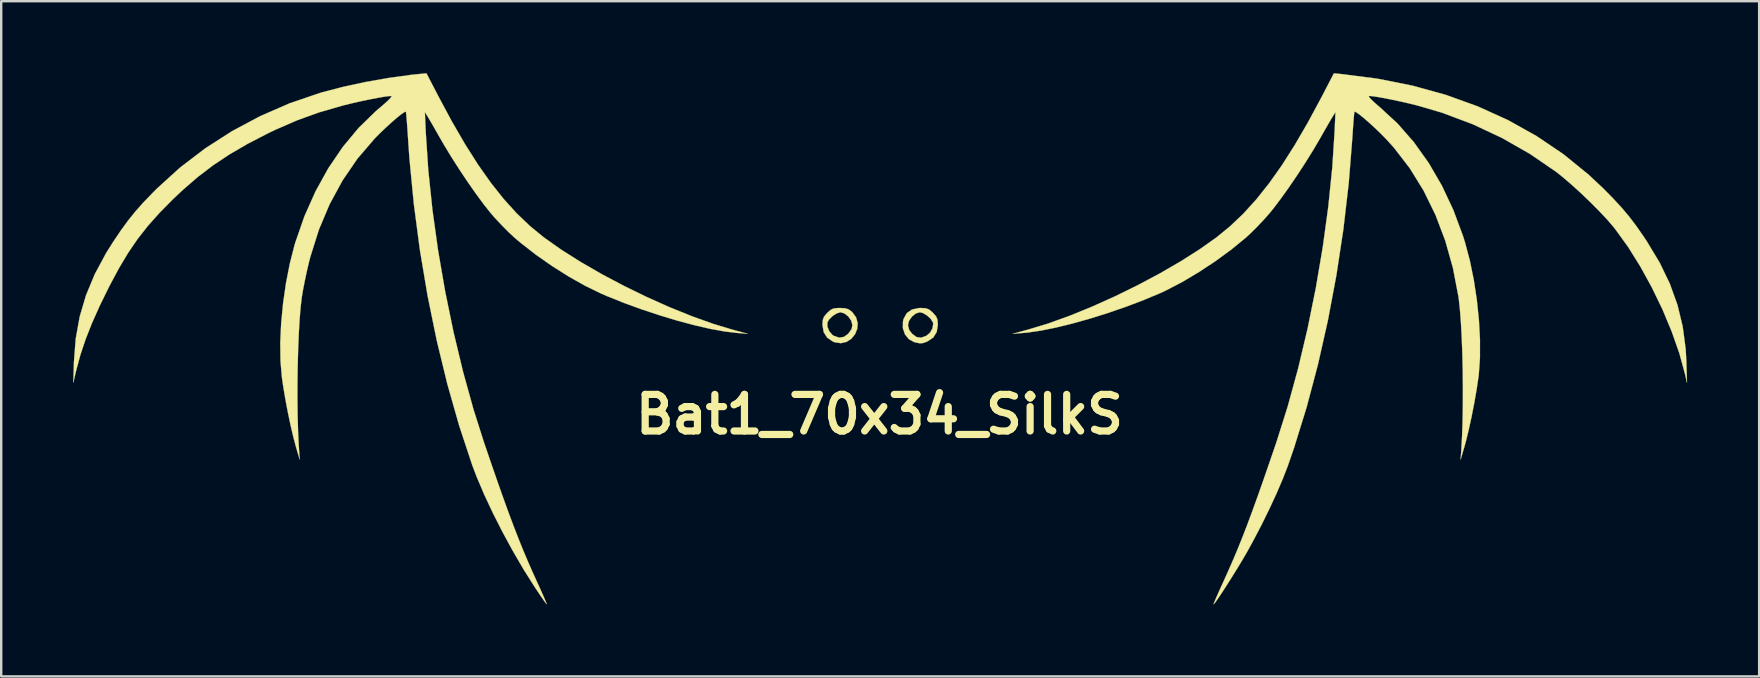
<source format=kicad_pcb>
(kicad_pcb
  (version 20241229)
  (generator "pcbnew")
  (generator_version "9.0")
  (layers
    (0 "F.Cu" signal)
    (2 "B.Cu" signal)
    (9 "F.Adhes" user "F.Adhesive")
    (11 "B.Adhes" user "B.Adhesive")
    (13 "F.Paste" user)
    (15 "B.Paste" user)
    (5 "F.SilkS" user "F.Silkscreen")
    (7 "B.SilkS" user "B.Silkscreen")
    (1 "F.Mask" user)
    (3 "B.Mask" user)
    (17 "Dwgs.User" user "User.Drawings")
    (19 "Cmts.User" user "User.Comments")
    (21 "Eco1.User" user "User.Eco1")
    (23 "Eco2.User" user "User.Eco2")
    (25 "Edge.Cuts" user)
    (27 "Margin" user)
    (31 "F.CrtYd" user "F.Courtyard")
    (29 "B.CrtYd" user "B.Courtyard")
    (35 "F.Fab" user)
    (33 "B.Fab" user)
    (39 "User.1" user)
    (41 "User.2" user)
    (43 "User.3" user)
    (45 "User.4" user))
  (footprint "Bat1_70x34_SilkS"
    (layer "F.Cu")
    (at 33.592 15.717)
    (property "Reference" "Bat1_70x34_SilkS" (at 0 -1.5 0) (layer "F.SilkS") (effects (font (size 1.524 1.524) (thickness 0.3))))
    (attr through_hole)
    (fp_poly (pts (xy -1.434 -5.924) (xy -1.291 -5.881) (xy -1.164 -5.79) (xy -1.138 -5.767) (xy -0.974 -5.547) (xy -0.907 -5.306) (xy -0.926 -5.064) (xy -1.018 -4.84) (xy -1.17 -4.654) (xy -1.371 -4.523) (xy -1.609 -4.468) (xy -1.87 -4.508) (xy -1.934 -4.533) (xy -2.177 -4.697) (xy -2.324 -4.929) (xy -2.362 -5.158) (xy -2.17 -5.158) (xy -2.093 -4.968) (xy -1.961 -4.814) (xy -1.906 -4.777) (xy -1.678 -4.699) (xy -1.476 -4.732) (xy -1.301 -4.862) (xy -1.16 -5.059) (xy -1.128 -5.222) (xy -1.176 -5.406) (xy -1.298 -5.581) (xy -1.461 -5.71) (xy -1.623 -5.757) (xy -1.781 -5.711) (xy -1.955 -5.598) (xy -2.101 -5.452) (xy -2.168 -5.334) (xy -2.17 -5.158) (xy -2.362 -5.158) (xy -2.374 -5.23) (xy -2.374 -5.236) (xy -2.362 -5.434) (xy -2.309 -5.573) (xy -2.192 -5.713) (xy -2.172 -5.733) (xy -2.038 -5.853) (xy -1.915 -5.913) (xy -1.749 -5.933) (xy -1.644 -5.935) (xy -1.434 -5.924)) (stroke (width 0.01) (type solid)) (fill yes) (layer "F.SilkS"))
    (fp_poly (pts (xy 1.92 -5.924) (xy 2.058 -5.878) (xy 2.189 -5.774) (xy 2.231 -5.733) (xy 2.358 -5.588) (xy 2.417 -5.452) (xy 2.433 -5.265) (xy 2.433 -5.236) (xy 2.386 -4.936) (xy 2.243 -4.705) (xy 2.003 -4.543) (xy 1.98 -4.533) (xy 1.821 -4.475) (xy 1.691 -4.462) (xy 1.532 -4.492) (xy 1.443 -4.516) (xy 1.221 -4.638) (xy 1.061 -4.839) (xy 0.976 -5.093) (xy 0.977 -5.222) (xy 1.187 -5.222) (xy 1.24 -5.018) (xy 1.36 -4.862) (xy 1.544 -4.725) (xy 1.731 -4.697) (xy 1.952 -4.774) (xy 1.953 -4.775) (xy 2.106 -4.904) (xy 2.209 -5.087) (xy 2.239 -5.274) (xy 2.228 -5.334) (xy 2.137 -5.482) (xy 1.982 -5.624) (xy 1.807 -5.726) (xy 1.682 -5.757) (xy 1.512 -5.705) (xy 1.35 -5.573) (xy 1.231 -5.397) (xy 1.187 -5.222) (xy 0.977 -5.222) (xy 0.979 -5.371) (xy 1.007 -5.485) (xy 1.14 -5.721) (xy 1.353 -5.87) (xy 1.647 -5.933) (xy 1.721 -5.935) (xy 1.92 -5.924)) (stroke (width 0.01) (type solid)) (fill yes) (layer "F.SilkS"))
    (fp_poly (pts (xy 19.214 -15.685) (xy 20.737 -15.491) (xy 22.197 -15.201) (xy 23.594 -14.816) (xy 24.924 -14.337) (xy 26.185 -13.765) (xy 27.375 -13.101) (xy 28.493 -12.346) (xy 29.535 -11.5) (xy 30.154 -10.92) (xy 30.572 -10.495) (xy 30.923 -10.115) (xy 31.233 -9.747) (xy 31.527 -9.361) (xy 31.83 -8.926) (xy 31.969 -8.717) (xy 32.505 -7.829) (xy 32.929 -6.951) (xy 33.248 -6.068) (xy 33.467 -5.163) (xy 33.592 -4.22) (xy 33.621 -3.679) (xy 33.647 -2.819) (xy 33.558 -3.205) (xy 33.324 -4.057) (xy 33.008 -4.955) (xy 32.625 -5.873) (xy 32.185 -6.784) (xy 31.702 -7.662) (xy 31.19 -8.482) (xy 30.659 -9.216) (xy 30.575 -9.322) (xy 30.313 -9.626) (xy 29.981 -9.979) (xy 29.604 -10.358) (xy 29.206 -10.738) (xy 28.811 -11.096) (xy 28.443 -11.41) (xy 28.189 -11.611) (xy 27.1 -12.356) (xy 25.936 -13.02) (xy 24.714 -13.593) (xy 23.453 -14.067) (xy 22.449 -14.362) (xy 22.109 -14.447) (xy 21.749 -14.53) (xy 21.392 -14.606) (xy 21.059 -14.673) (xy 20.77 -14.725) (xy 20.548 -14.758) (xy 20.412 -14.769) (xy 20.391 -14.767) (xy 20.399 -14.724) (xy 20.489 -14.622) (xy 20.647 -14.473) (xy 20.859 -14.292) (xy 21.591 -13.616) (xy 22.268 -12.842) (xy 22.884 -11.977) (xy 23.434 -11.032) (xy 23.912 -10.015) (xy 24.313 -8.936) (xy 24.398 -8.664) (xy 24.598 -7.913) (xy 24.763 -7.106) (xy 24.89 -6.27) (xy 24.977 -5.431) (xy 25.021 -4.616) (xy 25.02 -3.851) (xy 24.971 -3.162) (xy 24.958 -3.056) (xy 24.88 -2.533) (xy 24.781 -1.968) (xy 24.669 -1.396) (xy 24.55 -0.852) (xy 24.432 -0.37) (xy 24.362 -0.119) (xy 24.213 0.386) (xy 24.243 -0.03) (xy 24.274 -0.592) (xy 24.296 -1.221) (xy 24.307 -1.898) (xy 24.309 -2.601) (xy 24.302 -3.312) (xy 24.286 -4.01) (xy 24.261 -4.676) (xy 24.229 -5.289) (xy 24.188 -5.831) (xy 24.141 -6.281) (xy 24.123 -6.409) (xy 23.894 -7.603) (xy 23.573 -8.742) (xy 23.164 -9.82) (xy 22.669 -10.829) (xy 22.092 -11.763) (xy 21.435 -12.614) (xy 21.103 -12.981) (xy 20.876 -13.211) (xy 20.636 -13.442) (xy 20.398 -13.659) (xy 20.179 -13.849) (xy 19.995 -13.998) (xy 19.861 -14.091) (xy 19.794 -14.116) (xy 19.792 -14.115) (xy 19.781 -14.05) (xy 19.764 -13.887) (xy 19.745 -13.645) (xy 19.723 -13.342) (xy 19.705 -13.054) (xy 19.553 -11.141) (xy 19.33 -9.219) (xy 19.039 -7.305) (xy 18.685 -5.419) (xy 18.27 -3.579) (xy 17.799 -1.802) (xy 17.274 -0.108) (xy 17.022 0.623) (xy 16.815 1.16) (xy 16.555 1.769) (xy 16.253 2.422) (xy 15.924 3.092) (xy 15.579 3.752) (xy 15.335 4.196) (xy 15.185 4.456) (xy 15.009 4.751) (xy 14.817 5.063) (xy 14.621 5.378) (xy 14.43 5.678) (xy 14.256 5.947) (xy 14.107 6.168) (xy 13.996 6.326) (xy 13.932 6.404) (xy 13.923 6.409) (xy 13.938 6.358) (xy 13.996 6.217) (xy 14.089 6.003) (xy 14.21 5.733) (xy 14.328 5.475) (xy 14.537 5.011) (xy 14.737 4.554) (xy 14.932 4.091) (xy 15.127 3.606) (xy 15.327 3.088) (xy 15.538 2.521) (xy 15.764 1.894) (xy 16.012 1.191) (xy 16.285 0.4) (xy 16.534 -0.326) (xy 17.009 -1.829) (xy 17.445 -3.419) (xy 17.837 -5.072) (xy 18.18 -6.762) (xy 18.469 -8.463) (xy 18.7 -10.15) (xy 18.868 -11.798) (xy 18.962 -13.264) (xy 19 -14.095) (xy 18.887 -13.917) (xy 18.816 -13.799) (xy 18.702 -13.603) (xy 18.559 -13.355) (xy 18.402 -13.079) (xy 18.373 -13.026) (xy 18.087 -12.539) (xy 17.763 -12.018) (xy 17.418 -11.487) (xy 17.068 -10.972) (xy 16.729 -10.498) (xy 16.42 -10.089) (xy 16.259 -9.891) (xy 16.011 -9.609) (xy 15.725 -9.308) (xy 15.441 -9.027) (xy 15.259 -8.86) (xy 14.669 -8.376) (xy 14.013 -7.896) (xy 13.322 -7.439) (xy 12.629 -7.026) (xy 11.963 -6.678) (xy 11.676 -6.545) (xy 10.987 -6.257) (xy 10.26 -5.982) (xy 9.514 -5.725) (xy 8.769 -5.492) (xy 8.044 -5.288) (xy 7.358 -5.12) (xy 6.732 -4.993) (xy 6.184 -4.912) (xy 5.995 -4.895) (xy 5.549 -4.861) (xy 6.202 -5.037) (xy 7.033 -5.289) (xy 7.928 -5.611) (xy 8.864 -5.993) (xy 9.819 -6.423) (xy 10.77 -6.889) (xy 11.694 -7.382) (xy 12.568 -7.889) (xy 13.37 -8.4) (xy 14.036 -8.872) (xy 14.607 -9.338) (xy 15.16 -9.864) (xy 15.7 -10.457) (xy 16.232 -11.126) (xy 16.765 -11.878) (xy 17.302 -12.722) (xy 17.851 -13.665) (xy 18.417 -14.717) (xy 18.437 -14.755) (xy 18.934 -15.712) (xy 19.214 -15.685)) (stroke (width 0.01) (type solid)) (fill yes) (layer "F.SilkS"))
    (fp_poly (pts (xy -18.377 -14.755) (xy -17.81 -13.699) (xy -17.261 -12.752) (xy -16.723 -11.905) (xy -16.191 -11.15) (xy -15.658 -10.479) (xy -15.119 -9.883) (xy -14.567 -9.355) (xy -13.996 -8.887) (xy -13.976 -8.872) (xy -13.262 -8.367) (xy -12.454 -7.856) (xy -11.576 -7.349) (xy -10.649 -6.858) (xy -9.698 -6.394) (xy -8.744 -5.967) (xy -7.809 -5.589) (xy -6.918 -5.271) (xy -6.142 -5.037) (xy -5.489 -4.861) (xy -5.936 -4.895) (xy -6.448 -4.956) (xy -7.047 -5.065) (xy -7.712 -5.218) (xy -8.424 -5.408) (xy -9.163 -5.631) (xy -9.911 -5.879) (xy -10.648 -6.148) (xy -11.354 -6.431) (xy -11.617 -6.545) (xy -12.259 -6.858) (xy -12.944 -7.244) (xy -13.64 -7.683) (xy -14.315 -8.155) (xy -14.939 -8.64) (xy -15.199 -8.86) (xy -15.455 -9.098) (xy -15.743 -9.388) (xy -16.023 -9.688) (xy -16.2 -9.891) (xy -16.485 -10.25) (xy -16.808 -10.689) (xy -17.154 -11.183) (xy -17.504 -11.708) (xy -17.843 -12.237) (xy -18.152 -12.748) (xy -18.313 -13.026) (xy -18.471 -13.304) (xy -18.617 -13.56) (xy -18.738 -13.767) (xy -18.818 -13.902) (xy -18.828 -13.917) (xy -18.94 -14.095) (xy -18.903 -13.264) (xy -18.798 -11.676) (xy -18.625 -10.025) (xy -18.39 -8.336) (xy -18.096 -6.634) (xy -17.749 -4.946) (xy -17.354 -3.297) (xy -16.915 -1.713) (xy -16.474 -0.326) (xy -16.175 0.548) (xy -15.907 1.322) (xy -15.663 2.01) (xy -15.44 2.626) (xy -15.231 3.183) (xy -15.032 3.694) (xy -14.838 4.174) (xy -14.643 4.635) (xy -14.442 5.092) (xy -14.268 5.475) (xy -14.13 5.778) (xy -14.013 6.041) (xy -13.925 6.245) (xy -13.874 6.373) (xy -13.864 6.409) (xy -13.904 6.363) (xy -13.996 6.234) (xy -14.129 6.041) (xy -14.29 5.801) (xy -14.361 5.694) (xy -14.812 4.981) (xy -15.261 4.213) (xy -15.696 3.416) (xy -16.103 2.615) (xy -16.468 1.836) (xy -16.78 1.103) (xy -16.963 0.623) (xy -17.51 -1.028) (xy -18.005 -2.77) (xy -18.446 -4.584) (xy -18.828 -6.452) (xy -19.148 -8.355) (xy -19.401 -10.276) (xy -19.586 -12.195) (xy -19.645 -13.054) (xy -19.667 -13.392) (xy -19.689 -13.686) (xy -19.708 -13.918) (xy -19.723 -14.067) (xy -19.733 -14.115) (xy -19.793 -14.096) (xy -19.922 -14.008) (xy -20.103 -13.863) (xy -20.319 -13.676) (xy -20.556 -13.461) (xy -20.797 -13.231) (xy -21.026 -13) (xy -21.044 -12.981) (xy -21.751 -12.154) (xy -22.373 -11.245) (xy -22.908 -10.259) (xy -23.355 -9.198) (xy -23.712 -8.066) (xy -23.772 -7.835) (xy -23.857 -7.47) (xy -23.941 -7.076) (xy -24.014 -6.703) (xy -24.064 -6.409) (xy -24.114 -5.996) (xy -24.157 -5.483) (xy -24.192 -4.892) (xy -24.219 -4.242) (xy -24.238 -3.552) (xy -24.248 -2.843) (xy -24.25 -2.135) (xy -24.241 -1.448) (xy -24.223 -0.8) (xy -24.195 -0.213) (xy -24.183 -0.03) (xy -24.154 0.386) (xy -24.303 -0.119) (xy -24.417 -0.545) (xy -24.537 -1.054) (xy -24.654 -1.613) (xy -24.762 -2.186) (xy -24.853 -2.739) (xy -24.898 -3.056) (xy -24.956 -3.73) (xy -24.965 -4.484) (xy -24.928 -5.293) (xy -24.848 -6.129) (xy -24.727 -6.968) (xy -24.568 -7.781) (xy -24.374 -8.544) (xy -24.338 -8.664) (xy -23.958 -9.757) (xy -23.498 -10.79) (xy -22.965 -11.754) (xy -22.364 -12.639) (xy -21.702 -13.436) (xy -20.983 -14.137) (xy -20.8 -14.292) (xy -20.587 -14.475) (xy -20.429 -14.623) (xy -20.34 -14.725) (xy -20.331 -14.767) (xy -20.434 -14.764) (xy -20.63 -14.738) (xy -20.9 -14.691) (xy -21.221 -14.629) (xy -21.573 -14.556) (xy -21.934 -14.474) (xy -22.283 -14.39) (xy -22.39 -14.362) (xy -23.353 -14.083) (xy -24.267 -13.753) (xy -25.184 -13.354) (xy -25.489 -13.207) (xy -26.326 -12.774) (xy -27.072 -12.34) (xy -27.753 -11.888) (xy -28.395 -11.399) (xy -29.025 -10.854) (xy -29.428 -10.475) (xy -29.987 -9.909) (xy -30.473 -9.365) (xy -30.906 -8.814) (xy -31.305 -8.23) (xy -31.69 -7.585) (xy -32.081 -6.853) (xy -32.096 -6.825) (xy -32.487 -6.028) (xy -32.811 -5.302) (xy -33.078 -4.625) (xy -33.294 -3.976) (xy -33.468 -3.333) (xy -33.498 -3.205) (xy -33.587 -2.819) (xy -33.562 -3.679) (xy -33.488 -4.649) (xy -33.322 -5.573) (xy -33.058 -6.466) (xy -32.693 -7.345) (xy -32.219 -8.226) (xy -31.91 -8.717) (xy -31.595 -9.182) (xy -31.3 -9.585) (xy -31 -9.957) (xy -30.67 -10.329) (xy -30.283 -10.73) (xy -30.094 -10.92) (xy -29.135 -11.79) (xy -28.09 -12.587) (xy -26.972 -13.304) (xy -25.794 -13.932) (xy -24.569 -14.465) (xy -23.31 -14.895) (xy -23.209 -14.924) (xy -22.346 -15.149) (xy -21.412 -15.351) (xy -20.457 -15.519) (xy -19.527 -15.647) (xy -19.155 -15.685) (xy -18.874 -15.712) (xy -18.377 -14.755)) (stroke (width 0.01) (type solid)) (fill yes) (layer "F.SilkS")))
  (gr_rect
    (start -3 -3)
    (end 70.244 25.131)
    (stroke (width 0.1) (type default))
    (fill no)
    (layer "Edge.Cuts")))
</source>
